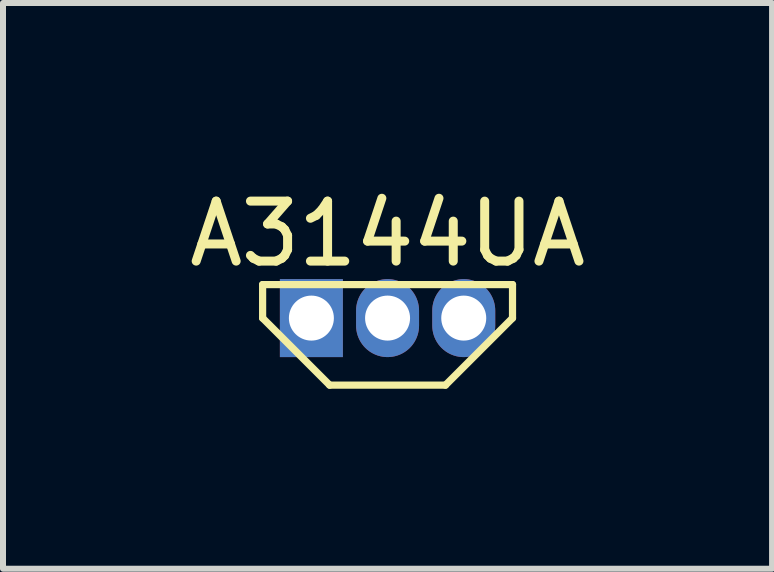
<source format=kicad_pcb>
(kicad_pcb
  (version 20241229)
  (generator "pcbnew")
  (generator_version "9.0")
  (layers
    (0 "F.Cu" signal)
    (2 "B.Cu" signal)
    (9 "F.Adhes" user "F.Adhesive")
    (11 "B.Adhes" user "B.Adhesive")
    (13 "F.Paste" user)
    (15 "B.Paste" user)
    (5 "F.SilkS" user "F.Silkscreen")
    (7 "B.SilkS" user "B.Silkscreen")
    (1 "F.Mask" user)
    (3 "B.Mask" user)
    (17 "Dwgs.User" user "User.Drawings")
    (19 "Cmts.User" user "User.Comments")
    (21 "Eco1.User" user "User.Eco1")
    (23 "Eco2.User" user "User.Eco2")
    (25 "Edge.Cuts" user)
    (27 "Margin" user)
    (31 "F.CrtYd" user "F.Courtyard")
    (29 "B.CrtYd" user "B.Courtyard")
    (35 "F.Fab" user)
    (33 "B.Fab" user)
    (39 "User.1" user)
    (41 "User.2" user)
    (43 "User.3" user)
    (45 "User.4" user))
  (footprint "A3144UA"
    (layer "F.Cu")
    (at 2.141 2.253)
    (property "Reference" "A3144UA" (at 1.27 -1.405 0) (layer "F.SilkS") (effects (font (size 1 1) (thickness 0.15))))
    (attr through_hole)
    (fp_line (start -0.813 -0.559) (end -0.813 0) (stroke (width 0.12) (type solid)) (layer "F.SilkS"))
    (fp_line (start -0.813 0) (end 0.305 1.118) (stroke (width 0.12) (type solid)) (layer "F.SilkS"))
    (fp_line (start 0.305 1.118) (end 2.235 1.118) (stroke (width 0.12) (type solid)) (layer "F.SilkS"))
    (fp_line (start 3.353 -0.559) (end -0.813 -0.559) (stroke (width 0.12) (type solid)) (layer "F.SilkS"))
    (fp_line (start 3.353 0) (end 2.235 1.118) (stroke (width 0.12) (type solid)) (layer "F.SilkS"))
    (fp_line (start 3.353 0) (end 3.353 -0.559) (stroke (width 0.12) (type solid)) (layer "F.SilkS"))
    (pad "1" thru_hole rect (at 0 0) (size 1.05 1.3) (drill 0.75) (layers "*.Cu" "*.Mask"))
    (pad "2" thru_hole oval (at 1.27 0) (size 1.05 1.3) (drill 0.75) (layers "*.Cu" "*.Mask"))
    (pad "3" thru_hole oval (at 2.54 0) (size 1.05 1.3) (drill 0.75) (layers "*.Cu" "*.Mask")))
  (gr_rect
    (start -3 -3)
    (end 9.821 6.431)
    (stroke (width 0.1) (type default))
    (fill no)
    (layer "Edge.Cuts")))
</source>
